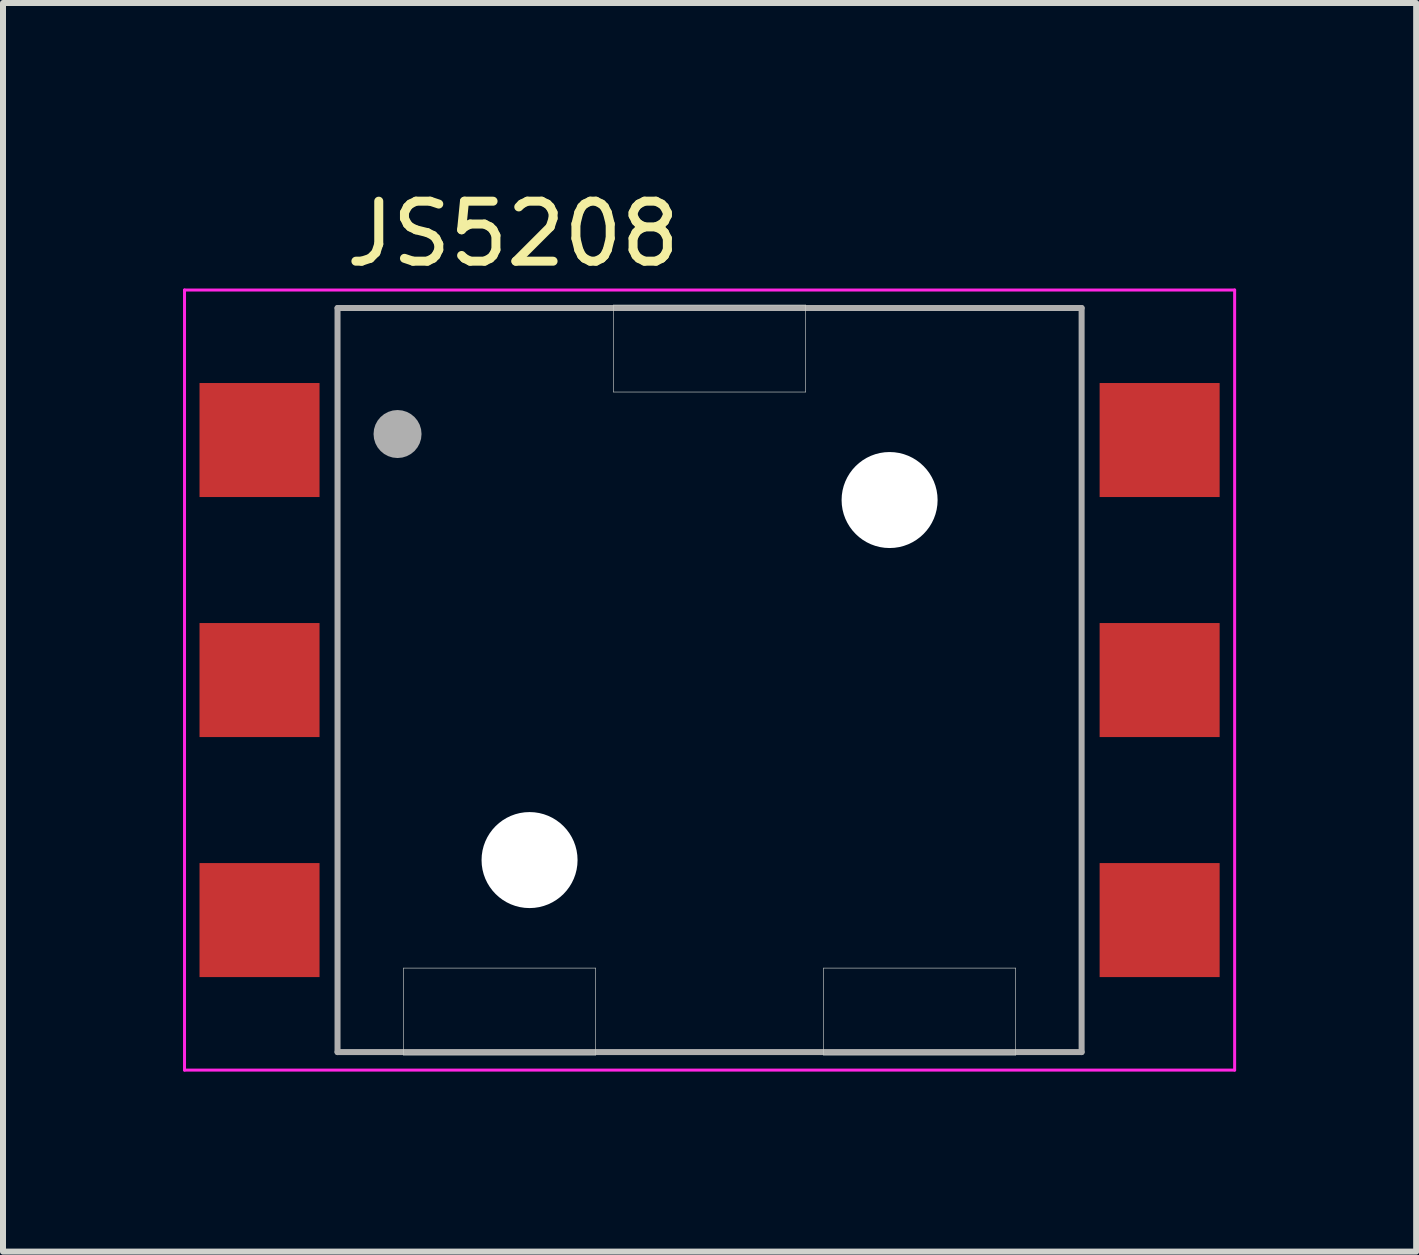
<source format=kicad_pcb>
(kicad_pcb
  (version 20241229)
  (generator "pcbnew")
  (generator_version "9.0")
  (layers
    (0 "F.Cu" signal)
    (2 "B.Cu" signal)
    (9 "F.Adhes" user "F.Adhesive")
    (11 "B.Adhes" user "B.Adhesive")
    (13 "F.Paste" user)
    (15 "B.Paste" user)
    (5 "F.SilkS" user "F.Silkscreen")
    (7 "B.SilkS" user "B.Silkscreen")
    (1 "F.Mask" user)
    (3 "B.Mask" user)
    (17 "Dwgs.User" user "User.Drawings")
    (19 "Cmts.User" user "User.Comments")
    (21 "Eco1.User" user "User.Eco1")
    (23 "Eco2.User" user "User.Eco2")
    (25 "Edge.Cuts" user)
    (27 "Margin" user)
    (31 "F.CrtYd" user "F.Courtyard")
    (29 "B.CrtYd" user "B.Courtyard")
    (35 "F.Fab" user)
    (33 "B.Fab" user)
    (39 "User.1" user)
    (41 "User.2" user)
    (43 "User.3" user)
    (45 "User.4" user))
  (footprint "JS5208"
    (layer "F.Cu")
    (at 8.775 8.283)
    (property "Reference" "JS5208" (at -3.275 -7.435 0) (layer "F.SilkS") (effects (font (size 1 1) (thickness 0.15))))
    (attr smd)
    (fp_line (start -5.1 4.8) (end -1.9 4.8) (stroke (width 0.01) (type solid)) (layer "Edge.Cuts"))
    (fp_line (start -5.1 6.25) (end -5.1 4.8) (stroke (width 0.01) (type solid)) (layer "Edge.Cuts"))
    (fp_line (start -1.9 4.8) (end -1.9 6.25) (stroke (width 0.01) (type solid)) (layer "Edge.Cuts"))
    (fp_line (start -1.9 6.25) (end -5.1 6.25) (stroke (width 0.01) (type solid)) (layer "Edge.Cuts"))
    (fp_line (start -1.6 -6.25) (end 1.6 -6.25) (stroke (width 0.01) (type solid)) (layer "Edge.Cuts"))
    (fp_line (start -1.6 -4.8) (end -1.6 -6.25) (stroke (width 0.01) (type solid)) (layer "Edge.Cuts"))
    (fp_line (start 1.6 -6.25) (end 1.6 -4.8) (stroke (width 0.01) (type solid)) (layer "Edge.Cuts"))
    (fp_line (start 1.6 -4.8) (end -1.6 -4.8) (stroke (width 0.01) (type solid)) (layer "Edge.Cuts"))
    (fp_line (start 1.9 4.8) (end 1.9 6.25) (stroke (width 0.01) (type solid)) (layer "Edge.Cuts"))
    (fp_line (start 1.9 6.25) (end 5.1 6.25) (stroke (width 0.01) (type solid)) (layer "Edge.Cuts"))
    (fp_line (start 5.1 4.8) (end 1.9 4.8) (stroke (width 0.01) (type solid)) (layer "Edge.Cuts"))
    (fp_line (start 5.1 6.25) (end 5.1 4.8) (stroke (width 0.01) (type solid)) (layer "Edge.Cuts"))
    (fp_line (start -8.75 -6.5) (end -8.75 6.5) (stroke (width 0.05) (type solid)) (layer "F.CrtYd"))
    (fp_line (start -8.75 6.5) (end 8.75 6.5) (stroke (width 0.05) (type solid)) (layer "F.CrtYd"))
    (fp_line (start 8.75 -6.5) (end -8.75 -6.5) (stroke (width 0.05) (type solid)) (layer "F.CrtYd"))
    (fp_line (start 8.75 6.5) (end 8.75 -6.5) (stroke (width 0.05) (type solid)) (layer "F.CrtYd"))
    (fp_line (start -6.2 -6.2) (end 6.2 -6.2) (stroke (width 0.1) (type solid)) (layer "F.Fab"))
    (fp_line (start -6.2 6.2) (end -6.2 -6.2) (stroke (width 0.1) (type solid)) (layer "F.Fab"))
    (fp_line (start 6.2 -6.2) (end 6.2 6.2) (stroke (width 0.1) (type solid)) (layer "F.Fab"))
    (fp_line (start 6.2 6.2) (end -6.2 6.2) (stroke (width 0.1) (type solid)) (layer "F.Fab"))
    (fp_circle (center -5.2 -4.1) (end -5 -4.1) (stroke (width 0.4) (type solid)) (fill no) (layer "F.Fab"))
    (pad "" np_thru_hole circle (at -3 3) (size 1.6 1.6) (drill 1.6) (layers "*.Cu" "*.Mask"))
    (pad "" np_thru_hole circle (at 3 -3) (size 1.6 1.6) (drill 1.6) (layers "*.Cu" "*.Mask"))
    (pad "1" smd rect (at -7.5 -4) (size 2 1.9) (layers "F.Cu" "F.Mask" "F.Paste"))
    (pad "2" smd rect (at -7.5 0) (size 2 1.9) (layers "F.Cu" "F.Mask" "F.Paste"))
    (pad "3" smd rect (at -7.5 4) (size 2 1.9) (layers "F.Cu" "F.Mask" "F.Paste"))
    (pad "4" smd rect (at 7.5 -4) (size 2 1.9) (layers "F.Cu" "F.Mask" "F.Paste"))
    (pad "5" smd rect (at 7.5 0) (size 2 1.9) (layers "F.Cu" "F.Mask" "F.Paste"))
    (pad "6" smd rect (at 7.5 4) (size 2 1.9) (layers "F.Cu" "F.Mask" "F.Paste")))
  (gr_rect
    (start -3 -3)
    (end 20.55 17.808)
    (stroke (width 0.1) (type default))
    (fill no)
    (layer "Edge.Cuts")))
</source>
